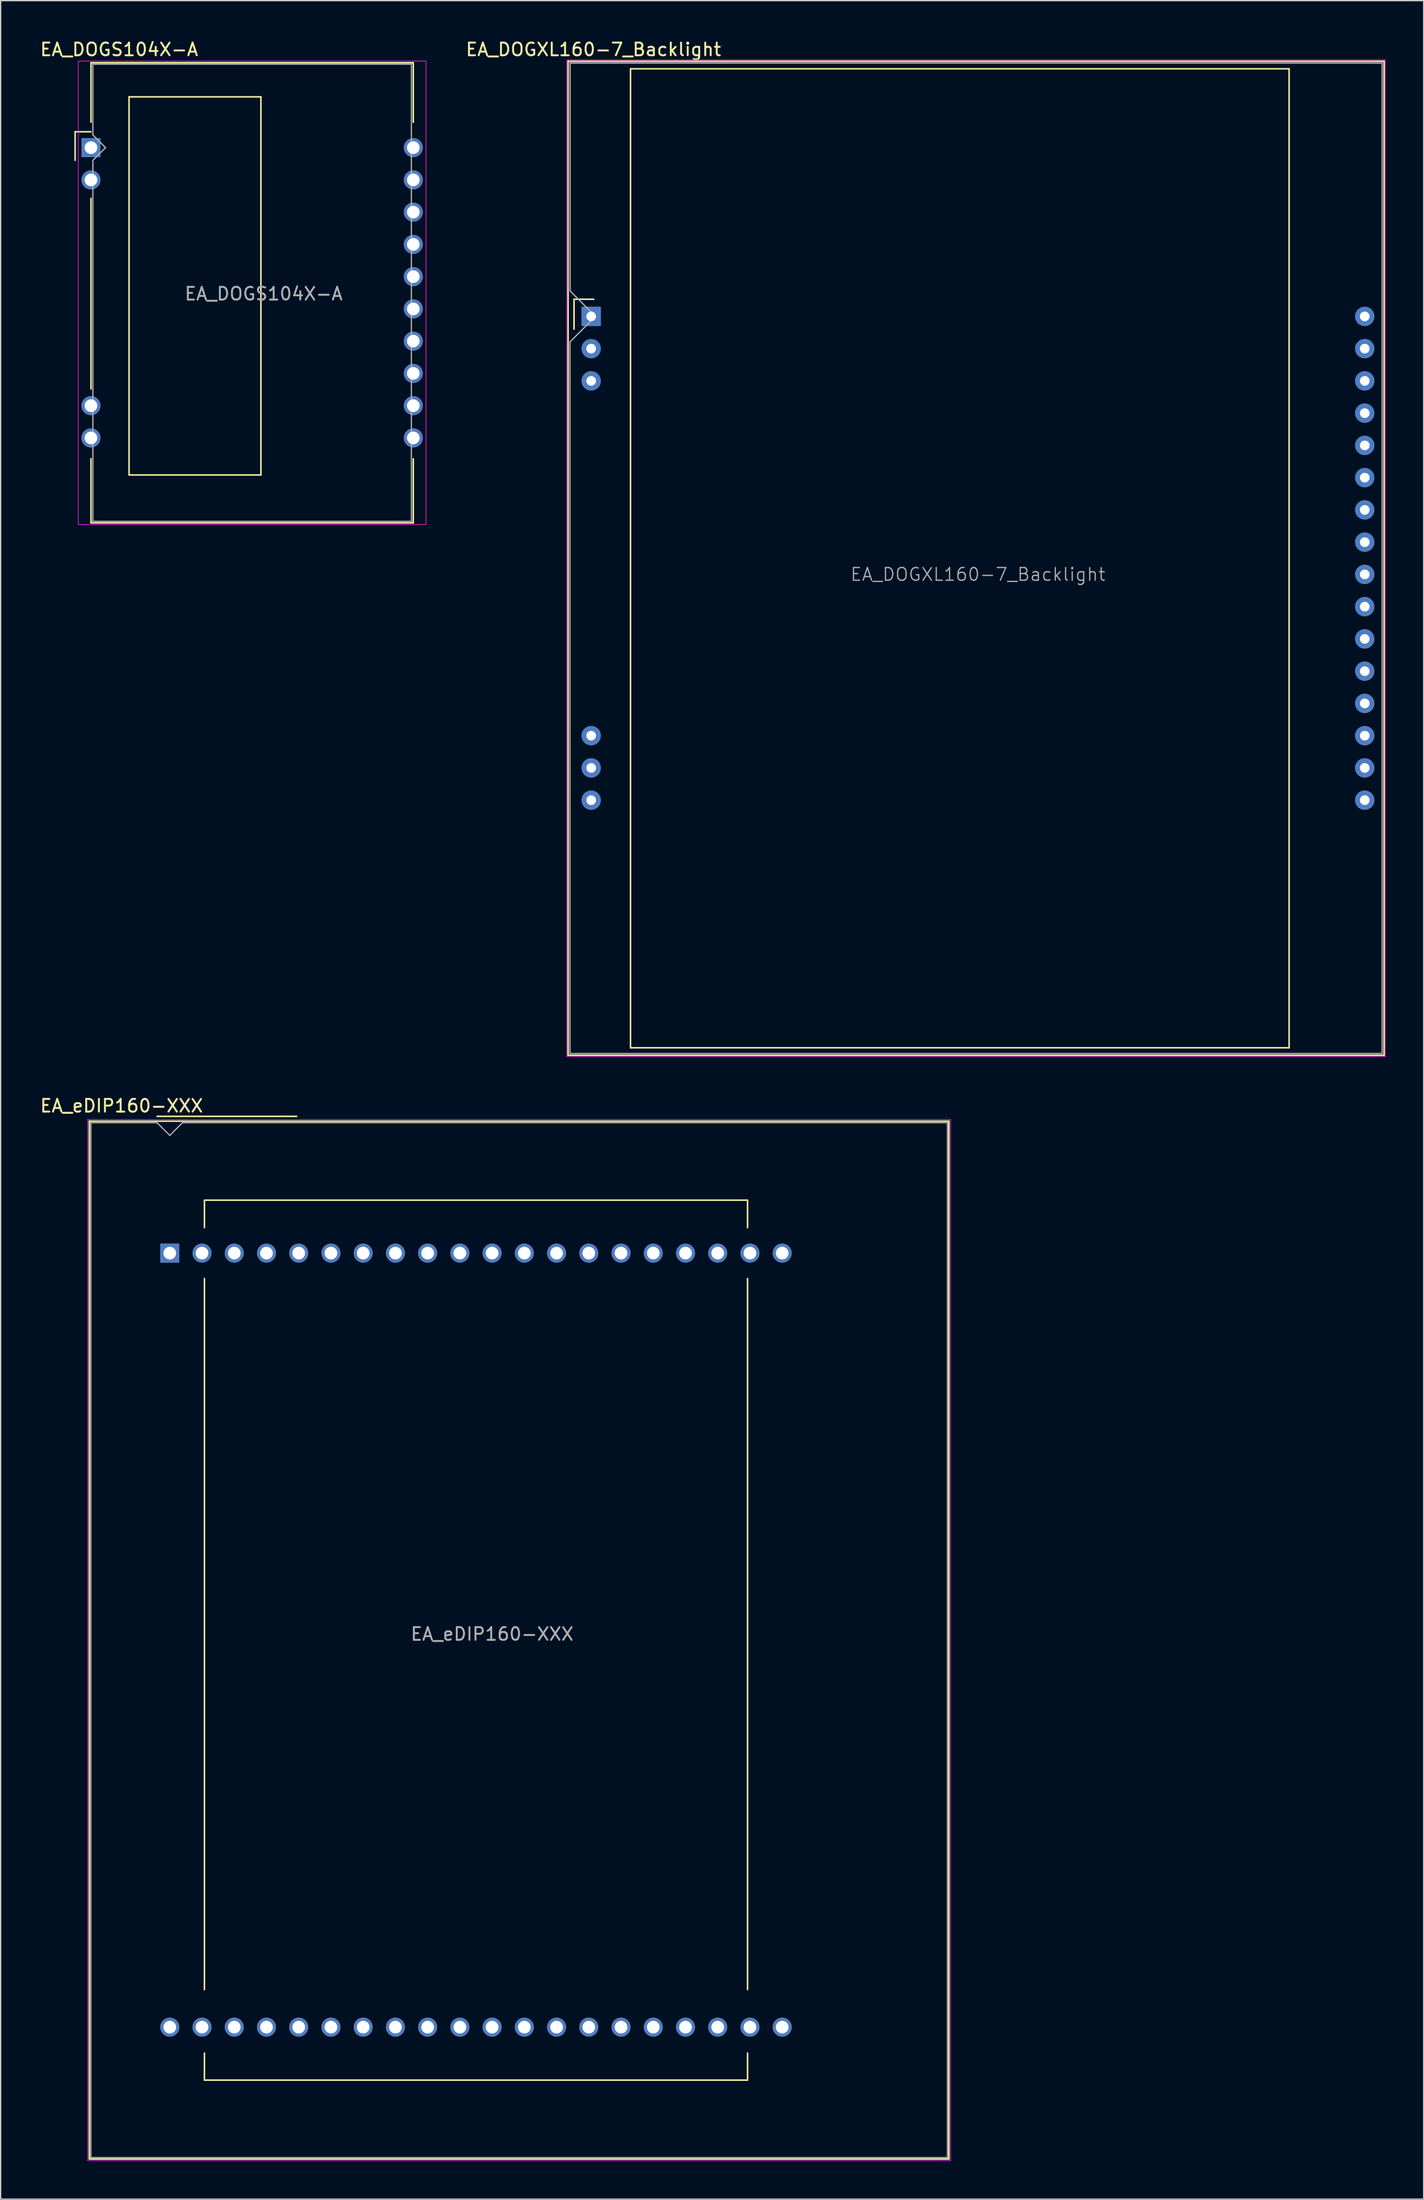
<source format=kicad_pcb>
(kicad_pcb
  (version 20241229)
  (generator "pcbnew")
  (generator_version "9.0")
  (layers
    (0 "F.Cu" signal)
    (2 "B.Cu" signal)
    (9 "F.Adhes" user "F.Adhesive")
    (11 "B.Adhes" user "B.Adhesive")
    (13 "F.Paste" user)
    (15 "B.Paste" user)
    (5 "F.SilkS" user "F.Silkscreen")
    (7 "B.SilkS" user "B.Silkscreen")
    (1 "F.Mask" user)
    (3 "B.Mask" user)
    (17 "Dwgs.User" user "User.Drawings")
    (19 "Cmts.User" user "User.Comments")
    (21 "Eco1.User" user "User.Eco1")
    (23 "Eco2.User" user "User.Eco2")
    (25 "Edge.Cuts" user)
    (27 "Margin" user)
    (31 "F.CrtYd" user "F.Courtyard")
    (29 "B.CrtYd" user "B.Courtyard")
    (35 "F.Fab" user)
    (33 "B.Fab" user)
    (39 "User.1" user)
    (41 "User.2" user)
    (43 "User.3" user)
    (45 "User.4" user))
  (footprint "EA_eDIP160-XXX"
    (layer "F.Cu")
    (at 10.33 95.641)
    (property "Reference" "EA_eDIP160-XXX" (at -3.8 -11.6 0) (layer "F.SilkS") (effects (font (size 1 1) (thickness 0.15))))
    (attr through_hole)
    (fp_line (start -6.34 -10.39) (end 61.4 -10.39) (stroke (width 0.12) (type solid)) (layer "F.SilkS"))
    (fp_line (start -6.34 71.35) (end -6.34 -10.39) (stroke (width 0.12) (type solid)) (layer "F.SilkS"))
    (fp_line (start -1 -10.77) (end 10 -10.77) (stroke (width 0.12) (type solid)) (layer "F.SilkS"))
    (fp_line (start 2.73 -4.17) (end 2.73 -2) (stroke (width 0.12) (type solid)) (layer "F.SilkS"))
    (fp_line (start 2.73 -4.17) (end 45.53 -4.17) (stroke (width 0.12) (type solid)) (layer "F.SilkS"))
    (fp_line (start 2.73 2) (end 2.73 58) (stroke (width 0.12) (type solid)) (layer "F.SilkS"))
    (fp_line (start 2.73 63) (end 2.73 65.13) (stroke (width 0.12) (type solid)) (layer "F.SilkS"))
    (fp_line (start 45.53 -4.175) (end 45.53 -2) (stroke (width 0.12) (type solid)) (layer "F.SilkS"))
    (fp_line (start 45.53 2) (end 45.53 58) (stroke (width 0.12) (type solid)) (layer "F.SilkS"))
    (fp_line (start 45.53 63) (end 45.53 65.13) (stroke (width 0.12) (type solid)) (layer "F.SilkS"))
    (fp_line (start 45.53 65.13) (end 2.73 65.13) (stroke (width 0.12) (type solid)) (layer "F.SilkS"))
    (fp_line (start 61.4 -10.39) (end 61.4 71.35) (stroke (width 0.12) (type solid)) (layer "F.SilkS"))
    (fp_line (start 61.4 71.35) (end -6.34 71.35) (stroke (width 0.12) (type solid)) (layer "F.SilkS"))
    (fp_line (start -6.47 -10.52) (end 61.53 -10.52) (stroke (width 0.05) (type solid)) (layer "F.CrtYd"))
    (fp_line (start -6.47 71.48) (end -6.47 -10.52) (stroke (width 0.05) (type solid)) (layer "F.CrtYd"))
    (fp_line (start 61.53 -10.52) (end 61.53 71.48) (stroke (width 0.05) (type solid)) (layer "F.CrtYd"))
    (fp_line (start 61.53 71.48) (end -6.47 71.48) (stroke (width 0.05) (type solid)) (layer "F.CrtYd"))
    (fp_line (start -6.22 71.23) (end -6.22 -10.27) (stroke (width 0.1) (type solid)) (layer "F.Fab"))
    (fp_line (start -1 -10.27) (end -6.22 -10.27) (stroke (width 0.1) (type solid)) (layer "F.Fab"))
    (fp_line (start -1 -10.27) (end 0 -9.27) (stroke (width 0.1) (type solid)) (layer "F.Fab"))
    (fp_line (start 0 -9.27) (end 1 -10.27) (stroke (width 0.1) (type solid)) (layer "F.Fab"))
    (fp_line (start 1 -10.27) (end 61.28 -10.27) (stroke (width 0.1) (type solid)) (layer "F.Fab"))
    (fp_line (start 61.28 -10.27) (end 61.28 71.23) (stroke (width 0.1) (type solid)) (layer "F.Fab"))
    (fp_line (start 61.28 71.23) (end -6.22 71.23) (stroke (width 0.1) (type solid)) (layer "F.Fab"))
    (fp_text user "${REFERENCE}" (at 25.4 30 0) (layer "F.Fab") (effects (font (size 1 1) (thickness 0.15))))
    (pad "1" thru_hole rect (at 0 0) (size 1.5 1.5) (drill 1) (layers "*.Cu" "*.Mask"))
    (pad "2" thru_hole circle (at 2.54 0) (size 1.5 1.5) (drill 1) (layers "*.Cu" "*.Mask"))
    (pad "3" thru_hole circle (at 5.08 0) (size 1.5 1.5) (drill 1) (layers "*.Cu" "*.Mask"))
    (pad "4" thru_hole circle (at 7.62 0) (size 1.5 1.5) (drill 1) (layers "*.Cu" "*.Mask"))
    (pad "5" thru_hole circle (at 10.16 0) (size 1.5 1.5) (drill 1) (layers "*.Cu" "*.Mask"))
    (pad "6" thru_hole circle (at 12.7 0) (size 1.5 1.5) (drill 1) (layers "*.Cu" "*.Mask"))
    (pad "7" thru_hole circle (at 15.24 0) (size 1.5 1.5) (drill 1) (layers "*.Cu" "*.Mask"))
    (pad "8" thru_hole circle (at 17.78 0) (size 1.5 1.5) (drill 1) (layers "*.Cu" "*.Mask"))
    (pad "9" thru_hole circle (at 20.32 0) (size 1.5 1.5) (drill 1) (layers "*.Cu" "*.Mask"))
    (pad "10" thru_hole circle (at 22.86 0) (size 1.5 1.5) (drill 1) (layers "*.Cu" "*.Mask"))
    (pad "11" thru_hole circle (at 25.4 0) (size 1.5 1.5) (drill 1) (layers "*.Cu" "*.Mask"))
    (pad "12" thru_hole circle (at 27.94 0) (size 1.5 1.5) (drill 1) (layers "*.Cu" "*.Mask"))
    (pad "13" thru_hole circle (at 30.48 0) (size 1.5 1.5) (drill 1) (layers "*.Cu" "*.Mask"))
    (pad "14" thru_hole circle (at 33.02 0) (size 1.5 1.5) (drill 1) (layers "*.Cu" "*.Mask"))
    (pad "15" thru_hole circle (at 35.56 0) (size 1.5 1.5) (drill 1) (layers "*.Cu" "*.Mask"))
    (pad "16" thru_hole circle (at 38.1 0) (size 1.5 1.5) (drill 1) (layers "*.Cu" "*.Mask"))
    (pad "17" thru_hole circle (at 40.64 0) (size 1.5 1.5) (drill 1) (layers "*.Cu" "*.Mask"))
    (pad "18" thru_hole circle (at 43.18 0) (size 1.5 1.5) (drill 1) (layers "*.Cu" "*.Mask"))
    (pad "19" thru_hole circle (at 45.72 0) (size 1.5 1.5) (drill 1) (layers "*.Cu" "*.Mask"))
    (pad "20" thru_hole circle (at 48.26 0) (size 1.5 1.5) (drill 1) (layers "*.Cu" "*.Mask"))
    (pad "21" thru_hole circle (at 48.26 60.96) (size 1.5 1.5) (drill 1) (layers "*.Cu" "*.Mask"))
    (pad "22" thru_hole circle (at 45.72 60.96) (size 1.5 1.5) (drill 1) (layers "*.Cu" "*.Mask"))
    (pad "23" thru_hole circle (at 43.18 60.96) (size 1.5 1.5) (drill 1) (layers "*.Cu" "*.Mask"))
    (pad "24" thru_hole circle (at 40.64 60.96) (size 1.5 1.5) (drill 1) (layers "*.Cu" "*.Mask"))
    (pad "25" thru_hole circle (at 38.1 60.96) (size 1.5 1.5) (drill 1) (layers "*.Cu" "*.Mask"))
    (pad "26" thru_hole circle (at 35.56 60.96) (size 1.5 1.5) (drill 1) (layers "*.Cu" "*.Mask"))
    (pad "27" thru_hole circle (at 33.02 60.96) (size 1.5 1.5) (drill 1) (layers "*.Cu" "*.Mask"))
    (pad "28" thru_hole circle (at 30.48 60.96) (size 1.5 1.5) (drill 1) (layers "*.Cu" "*.Mask"))
    (pad "29" thru_hole circle (at 27.94 60.96) (size 1.5 1.5) (drill 1) (layers "*.Cu" "*.Mask"))
    (pad "30" thru_hole circle (at 25.4 60.96) (size 1.5 1.5) (drill 1) (layers "*.Cu" "*.Mask"))
    (pad "31" thru_hole circle (at 22.86 60.96) (size 1.5 1.5) (drill 1) (layers "*.Cu" "*.Mask"))
    (pad "32" thru_hole circle (at 20.32 60.96) (size 1.5 1.5) (drill 1) (layers "*.Cu" "*.Mask"))
    (pad "33" thru_hole circle (at 17.78 60.96) (size 1.5 1.5) (drill 1) (layers "*.Cu" "*.Mask"))
    (pad "34" thru_hole circle (at 15.24 60.96) (size 1.5 1.5) (drill 1) (layers "*.Cu" "*.Mask"))
    (pad "35" thru_hole circle (at 12.7 60.96) (size 1.5 1.5) (drill 1) (layers "*.Cu" "*.Mask"))
    (pad "36" thru_hole circle (at 10.16 60.96) (size 1.5 1.5) (drill 1) (layers "*.Cu" "*.Mask"))
    (pad "37" thru_hole circle (at 7.62 60.96) (size 1.5 1.5) (drill 1) (layers "*.Cu" "*.Mask"))
    (pad "38" thru_hole circle (at 5.08 60.96) (size 1.5 1.5) (drill 1) (layers "*.Cu" "*.Mask"))
    (pad "39" thru_hole circle (at 2.54 60.96) (size 1.5 1.5) (drill 1) (layers "*.Cu" "*.Mask"))
    (pad "40" thru_hole circle (at 0 60.96) (size 1.5 1.5) (drill 1) (layers "*.Cu" "*.Mask")))
  (footprint "EA_DOGXL160-7_Backlight"
    (layer "F.Cu")
    (at 43.537 21.868)
    (property "Reference" "EA_DOGXL160-7_Backlight" (at 0.18 -21.02 0) (layer "F.SilkS") (effects (font (size 1 1) (thickness 0.15))))
    (attr through_hole)
    (fp_line (start -1.82 -20.09) (end -1.82 58.19) (stroke (width 0.12) (type solid)) (layer "F.SilkS"))
    (fp_line (start -1.82 58.19) (end 62.48 58.19) (stroke (width 0.12) (type solid)) (layer "F.SilkS"))
    (fp_line (start -1.35 -1.35) (end -1.35 1) (stroke (width 0.12) (type solid)) (layer "F.SilkS"))
    (fp_line (start 0.2 -1.35) (end -1.35 -1.35) (stroke (width 0.12) (type solid)) (layer "F.SilkS"))
    (fp_line (start 3.1 -19.5) (end 3.1 57.6) (stroke (width 0.12) (type solid)) (layer "F.SilkS"))
    (fp_line (start 3.1 57.6) (end 55 57.6) (stroke (width 0.12) (type solid)) (layer "F.SilkS"))
    (fp_line (start 55 -19.5) (end 3.1 -19.5) (stroke (width 0.12) (type solid)) (layer "F.SilkS"))
    (fp_line (start 55 57.6) (end 55 -19.5) (stroke (width 0.12) (type solid)) (layer "F.SilkS"))
    (fp_line (start 62.48 -20.09) (end -1.82 -20.09) (stroke (width 0.12) (type solid)) (layer "F.SilkS"))
    (fp_line (start 62.48 58.19) (end 62.48 -20.09) (stroke (width 0.12) (type solid)) (layer "F.SilkS"))
    (fp_line (start -1.92 -20.2) (end 62.58 -20.2) (stroke (width 0.05) (type solid)) (layer "F.CrtYd"))
    (fp_line (start -1.92 58.3) (end -1.92 -20.2) (stroke (width 0.05) (type solid)) (layer "F.CrtYd"))
    (fp_line (start 62.58 -20.2) (end 62.58 58.3) (stroke (width 0.05) (type solid)) (layer "F.CrtYd"))
    (fp_line (start 62.58 58.3) (end -1.92 58.3) (stroke (width 0.05) (type solid)) (layer "F.CrtYd"))
    (fp_line (start -1.67 2) (end -1.67 58.05) (stroke (width 0.1) (type solid)) (layer "F.Fab"))
    (fp_line (start -1.66 -19.95) (end 62.33 -19.95) (stroke (width 0.1) (type solid)) (layer "F.Fab"))
    (fp_line (start -1.66 -2) (end -1.66 -19.95) (stroke (width 0.1) (type solid)) (layer "F.Fab"))
    (fp_line (start -1.66 -2) (end 0.34 0) (stroke (width 0.1) (type solid)) (layer "F.Fab"))
    (fp_line (start 0.34 0) (end -1.66 2) (stroke (width 0.1) (type solid)) (layer "F.Fab"))
    (fp_line (start 62.33 -19.95) (end 62.33 58.05) (stroke (width 0.1) (type solid)) (layer "F.Fab"))
    (fp_line (start 62.33 58.05) (end -1.67 58.05) (stroke (width 0.1) (type solid)) (layer "F.Fab"))
    (fp_text user "${REFERENCE}" (at 30.48 20.32 0) (layer "F.Fab") (effects (font (size 1 1) (thickness 0.1))))
    (pad "1" thru_hole rect (at 0 0) (size 1.524 1.524) (drill 0.762) (layers "*.Cu" "*.Mask"))
    (pad "2" thru_hole circle (at 0 2.54) (size 1.524 1.524) (drill 0.762) (layers "*.Cu" "*.Mask"))
    (pad "3" thru_hole circle (at 0 5.08) (size 1.524 1.524) (drill 0.762) (layers "*.Cu" "*.Mask"))
    (pad "14" thru_hole circle (at 0 33.02) (size 1.524 1.524) (drill 0.762) (layers "*.Cu" "*.Mask"))
    (pad "15" thru_hole circle (at 0 35.56) (size 1.524 1.524) (drill 0.762) (layers "*.Cu" "*.Mask"))
    (pad "16" thru_hole circle (at 0 38.1) (size 1.524 1.524) (drill 0.762) (layers "*.Cu" "*.Mask"))
    (pad "17" thru_hole circle (at 60.96 38.1) (size 1.524 1.524) (drill 0.762) (layers "*.Cu" "*.Mask"))
    (pad "18" thru_hole circle (at 60.96 35.56) (size 1.524 1.524) (drill 0.762) (layers "*.Cu" "*.Mask"))
    (pad "19" thru_hole circle (at 60.96 33.02) (size 1.524 1.524) (drill 0.762) (layers "*.Cu" "*.Mask"))
    (pad "20" thru_hole circle (at 60.96 30.48) (size 1.524 1.524) (drill 0.762) (layers "*.Cu" "*.Mask"))
    (pad "21" thru_hole circle (at 60.96 27.94) (size 1.524 1.524) (drill 0.762) (layers "*.Cu" "*.Mask"))
    (pad "22" thru_hole circle (at 60.96 25.4) (size 1.524 1.524) (drill 0.762) (layers "*.Cu" "*.Mask"))
    (pad "23" thru_hole circle (at 60.96 22.86) (size 1.524 1.524) (drill 0.762) (layers "*.Cu" "*.Mask"))
    (pad "24" thru_hole circle (at 60.96 20.32) (size 1.524 1.524) (drill 0.762) (layers "*.Cu" "*.Mask"))
    (pad "25" thru_hole circle (at 60.96 17.78) (size 1.524 1.524) (drill 0.762) (layers "*.Cu" "*.Mask"))
    (pad "26" thru_hole circle (at 60.96 15.24) (size 1.524 1.524) (drill 0.762) (layers "*.Cu" "*.Mask"))
    (pad "27" thru_hole circle (at 60.96 12.7) (size 1.524 1.524) (drill 0.762) (layers "*.Cu" "*.Mask"))
    (pad "28" thru_hole circle (at 60.96 10.16) (size 1.524 1.524) (drill 0.762) (layers "*.Cu" "*.Mask"))
    (pad "29" thru_hole circle (at 60.96 7.62) (size 1.524 1.524) (drill 0.762) (layers "*.Cu" "*.Mask"))
    (pad "30" thru_hole circle (at 60.96 5.08) (size 1.524 1.524) (drill 0.762) (layers "*.Cu" "*.Mask"))
    (pad "31" thru_hole circle (at 60.96 2.54) (size 1.524 1.524) (drill 0.762) (layers "*.Cu" "*.Mask"))
    (pad "32" thru_hole circle (at 60.96 0) (size 1.524 1.524) (drill 0.762) (layers "*.Cu" "*.Mask")))
  (footprint "EA_DOGS104X-A"
    (layer "F.Cu")
    (at 4.119 8.578)
    (property "Reference" "EA_DOGS104X-A" (at 2.22 -7.73 0) (layer "F.SilkS") (effects (font (size 1 1) (thickness 0.15))))
    (attr through_hole)
    (fp_line (start -1.25 -1.25) (end -1.25 1) (stroke (width 0.12) (type solid)) (layer "F.SilkS"))
    (fp_line (start -1.25 -1.25) (end 0 -1.25) (stroke (width 0.12) (type solid)) (layer "F.SilkS"))
    (fp_line (start 0 -6.69) (end 25.4 -6.69) (stroke (width 0.12) (type solid)) (layer "F.SilkS"))
    (fp_line (start 0 -2) (end 0 -6.69) (stroke (width 0.12) (type solid)) (layer "F.SilkS"))
    (fp_line (start 0 4) (end 0 19) (stroke (width 0.12) (type solid)) (layer "F.SilkS"))
    (fp_line (start 0 24.5) (end 0 29.55) (stroke (width 0.12) (type solid)) (layer "F.SilkS"))
    (fp_line (start 3 -4) (end 3 25.78) (stroke (width 0.12) (type solid)) (layer "F.SilkS"))
    (fp_line (start 3 25.78) (end 13.39 25.78) (stroke (width 0.12) (type solid)) (layer "F.SilkS"))
    (fp_line (start 13.39 -4) (end 3 -4) (stroke (width 0.12) (type solid)) (layer "F.SilkS"))
    (fp_line (start 13.39 25.78) (end 13.39 -4) (stroke (width 0.12) (type solid)) (layer "F.SilkS"))
    (fp_line (start 25.4 -6.69) (end 25.4 -2) (stroke (width 0.12) (type solid)) (layer "F.SilkS"))
    (fp_line (start 25.4 24.5) (end 25.4 29.55) (stroke (width 0.12) (type solid)) (layer "F.SilkS"))
    (fp_line (start 25.4 29.55) (end 0 29.55) (stroke (width 0.12) (type solid)) (layer "F.SilkS"))
    (fp_line (start -1 -6.82) (end 26.4 -6.82) (stroke (width 0.05) (type solid)) (layer "F.CrtYd"))
    (fp_line (start -1 29.68) (end -1 -6.82) (stroke (width 0.05) (type solid)) (layer "F.CrtYd"))
    (fp_line (start 26.4 -6.82) (end 26.4 29.68) (stroke (width 0.05) (type solid)) (layer "F.CrtYd"))
    (fp_line (start 26.4 29.68) (end -1 29.68) (stroke (width 0.05) (type solid)) (layer "F.CrtYd"))
    (fp_line (start 0.15 -6.57) (end 25.25 -6.57) (stroke (width 0.1) (type solid)) (layer "F.Fab"))
    (fp_line (start 0.15 -1) (end 0.15 -6.57) (stroke (width 0.1) (type solid)) (layer "F.Fab"))
    (fp_line (start 0.15 -1) (end 1.15 0) (stroke (width 0.1) (type solid)) (layer "F.Fab"))
    (fp_line (start 0.15 1) (end 0.15 29.43) (stroke (width 0.1) (type solid)) (layer "F.Fab"))
    (fp_line (start 1.15 0) (end 0.15 1) (stroke (width 0.1) (type solid)) (layer "F.Fab"))
    (fp_line (start 25.25 -6.57) (end 25.25 29.43) (stroke (width 0.1) (type solid)) (layer "F.Fab"))
    (fp_line (start 25.25 29.43) (end 0.15 29.43) (stroke (width 0.1) (type solid)) (layer "F.Fab"))
    (fp_text user "${REFERENCE}" (at 13.61 11.51 0) (layer "F.Fab") (effects (font (size 1 1) (thickness 0.15))))
    (pad "1" thru_hole rect (at 0 0) (size 1.5 1.5) (drill 1) (layers "*.Cu" "*.Mask"))
    (pad "2" thru_hole circle (at 0 2.54) (size 1.5 1.5) (drill 1) (layers "*.Cu" "*.Mask"))
    (pad "9" thru_hole circle (at 0 20.32) (size 1.5 1.5) (drill 1) (layers "*.Cu" "*.Mask"))
    (pad "10" thru_hole circle (at 0 22.86) (size 1.5 1.5) (drill 1) (layers "*.Cu" "*.Mask"))
    (pad "11" thru_hole circle (at 25.4 22.86) (size 1.5 1.5) (drill 1) (layers "*.Cu" "*.Mask"))
    (pad "12" thru_hole circle (at 25.4 20.32) (size 1.5 1.5) (drill 1) (layers "*.Cu" "*.Mask"))
    (pad "13" thru_hole circle (at 25.4 17.78) (size 1.5 1.5) (drill 1) (layers "*.Cu" "*.Mask"))
    (pad "14" thru_hole circle (at 25.4 15.24) (size 1.5 1.5) (drill 1) (layers "*.Cu" "*.Mask"))
    (pad "15" thru_hole circle (at 25.4 12.7) (size 1.5 1.5) (drill 1) (layers "*.Cu" "*.Mask"))
    (pad "16" thru_hole circle (at 25.4 10.16) (size 1.5 1.5) (drill 1) (layers "*.Cu" "*.Mask"))
    (pad "17" thru_hole circle (at 25.4 7.62) (size 1.5 1.5) (drill 1) (layers "*.Cu" "*.Mask"))
    (pad "18" thru_hole circle (at 25.4 5.08) (size 1.5 1.5) (drill 1) (layers "*.Cu" "*.Mask"))
    (pad "19" thru_hole circle (at 25.4 2.54) (size 1.5 1.5) (drill 1) (layers "*.Cu" "*.Mask"))
    (pad "20" thru_hole circle (at 25.4 0) (size 1.5 1.5) (drill 1) (layers "*.Cu" "*.Mask")))
  (gr_rect
    (start -3 -3)
    (end 109.142 170.147)
    (stroke (width 0.1) (type default))
    (fill no)
    (layer "Edge.Cuts")))
</source>
